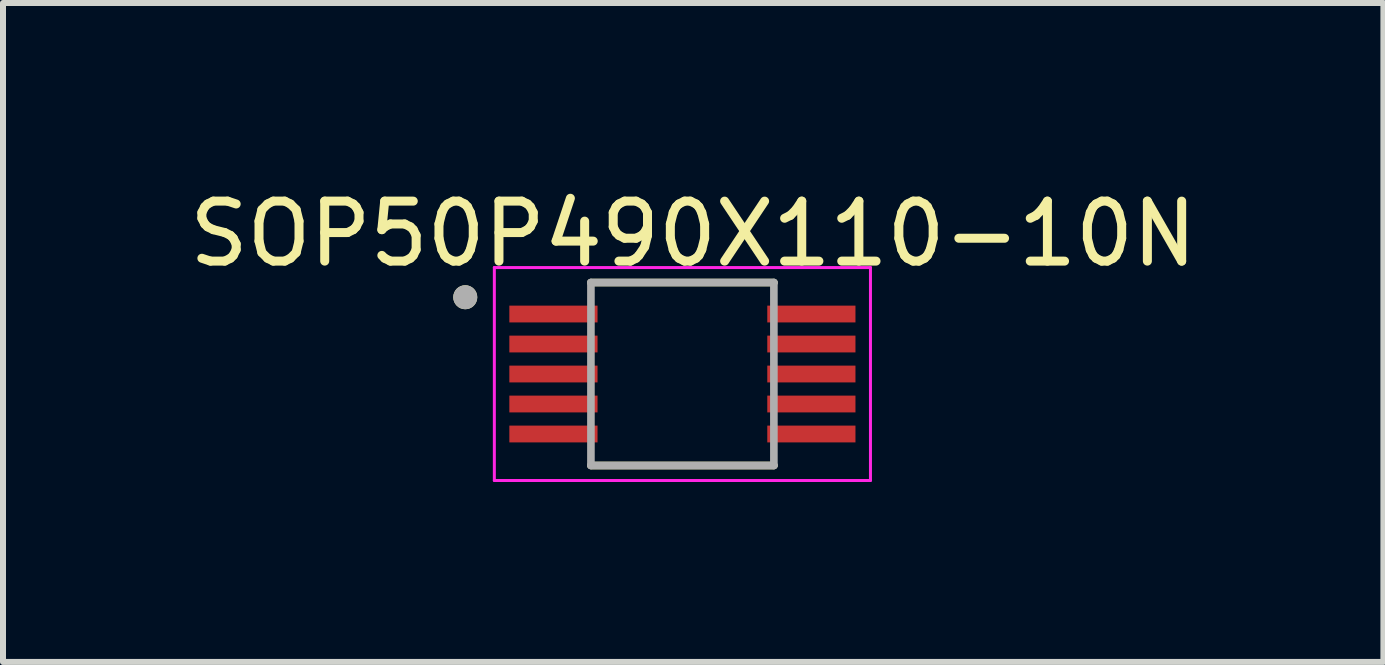
<source format=kicad_pcb>
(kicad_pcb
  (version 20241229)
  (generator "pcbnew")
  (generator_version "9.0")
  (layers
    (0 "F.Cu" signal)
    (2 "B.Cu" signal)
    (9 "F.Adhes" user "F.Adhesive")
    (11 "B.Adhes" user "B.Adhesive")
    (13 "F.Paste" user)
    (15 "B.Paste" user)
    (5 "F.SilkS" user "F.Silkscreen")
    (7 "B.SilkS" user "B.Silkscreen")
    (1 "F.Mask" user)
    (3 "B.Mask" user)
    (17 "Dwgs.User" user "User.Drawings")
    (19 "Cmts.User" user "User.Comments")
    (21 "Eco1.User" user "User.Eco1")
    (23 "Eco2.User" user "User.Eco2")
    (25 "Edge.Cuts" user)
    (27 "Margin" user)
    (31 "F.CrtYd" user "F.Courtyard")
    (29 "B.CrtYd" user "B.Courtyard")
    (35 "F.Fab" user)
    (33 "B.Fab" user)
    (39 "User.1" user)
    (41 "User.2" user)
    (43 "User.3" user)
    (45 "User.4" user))
  (footprint "SOP50P490X110-10N"
    (layer "F.Cu")
    (at 8.326 3.185)
    (property "Reference" "SOP50P490X110-10N" (at 0.18 -2.337 0) (layer "F.SilkS") (effects (font (size 1 1) (thickness 0.15))))
    (attr through_hole)
    (fp_line (start -1.525 -1.525) (end 1.525 -1.525) (stroke (width 0.127) (type solid)) (layer "F.SilkS"))
    (fp_line (start -1.525 1.525) (end 1.525 1.525) (stroke (width 0.127) (type solid)) (layer "F.SilkS"))
    (fp_circle (center -3.62 -1.28) (end -3.52 -1.28) (stroke (width 0.2) (type solid)) (fill no) (layer "F.SilkS"))
    (fp_line (start -3.135 -1.775) (end -3.135 1.775) (stroke (width 0.05) (type solid)) (layer "F.CrtYd"))
    (fp_line (start -3.135 -1.775) (end 3.135 -1.775) (stroke (width 0.05) (type solid)) (layer "F.CrtYd"))
    (fp_line (start -3.135 1.775) (end 3.135 1.775) (stroke (width 0.05) (type solid)) (layer "F.CrtYd"))
    (fp_line (start 3.135 -1.775) (end 3.135 1.775) (stroke (width 0.05) (type solid)) (layer "F.CrtYd"))
    (fp_line (start -1.525 -1.525) (end -1.525 1.525) (stroke (width 0.127) (type solid)) (layer "F.Fab"))
    (fp_line (start -1.525 -1.525) (end 1.525 -1.525) (stroke (width 0.127) (type solid)) (layer "F.Fab"))
    (fp_line (start -1.525 1.525) (end 1.525 1.525) (stroke (width 0.127) (type solid)) (layer "F.Fab"))
    (fp_line (start 1.525 -1.525) (end 1.525 1.525) (stroke (width 0.127) (type solid)) (layer "F.Fab"))
    (fp_circle (center -3.62 -1.28) (end -3.52 -1.28) (stroke (width 0.2) (type solid)) (fill no) (layer "F.Fab"))
    (pad "1" smd rect (at -2.15 -1) (size 1.47 0.28) (layers "F.Cu" "F.Mask" "F.Paste"))
    (pad "2" smd rect (at -2.15 -0.5) (size 1.47 0.28) (layers "F.Cu" "F.Mask" "F.Paste"))
    (pad "3" smd rect (at -2.15 0) (size 1.47 0.28) (layers "F.Cu" "F.Mask" "F.Paste"))
    (pad "4" smd rect (at -2.15 0.5) (size 1.47 0.28) (layers "F.Cu" "F.Mask" "F.Paste"))
    (pad "5" smd rect (at -2.15 1) (size 1.47 0.28) (layers "F.Cu" "F.Mask" "F.Paste"))
    (pad "6" smd rect (at 2.15 1) (size 1.47 0.28) (layers "F.Cu" "F.Mask" "F.Paste"))
    (pad "7" smd rect (at 2.15 0.5) (size 1.47 0.28) (layers "F.Cu" "F.Mask" "F.Paste"))
    (pad "8" smd rect (at 2.15 0) (size 1.47 0.28) (layers "F.Cu" "F.Mask" "F.Paste"))
    (pad "9" smd rect (at 2.15 -0.5) (size 1.47 0.28) (layers "F.Cu" "F.Mask" "F.Paste"))
    (pad "10" smd rect (at 2.15 -1) (size 1.47 0.28) (layers "F.Cu" "F.Mask" "F.Paste")))
  (gr_rect
    (start -3 -3)
    (end 20.012 7.985)
    (stroke (width 0.1) (type default))
    (fill no)
    (layer "Edge.Cuts")))
</source>
